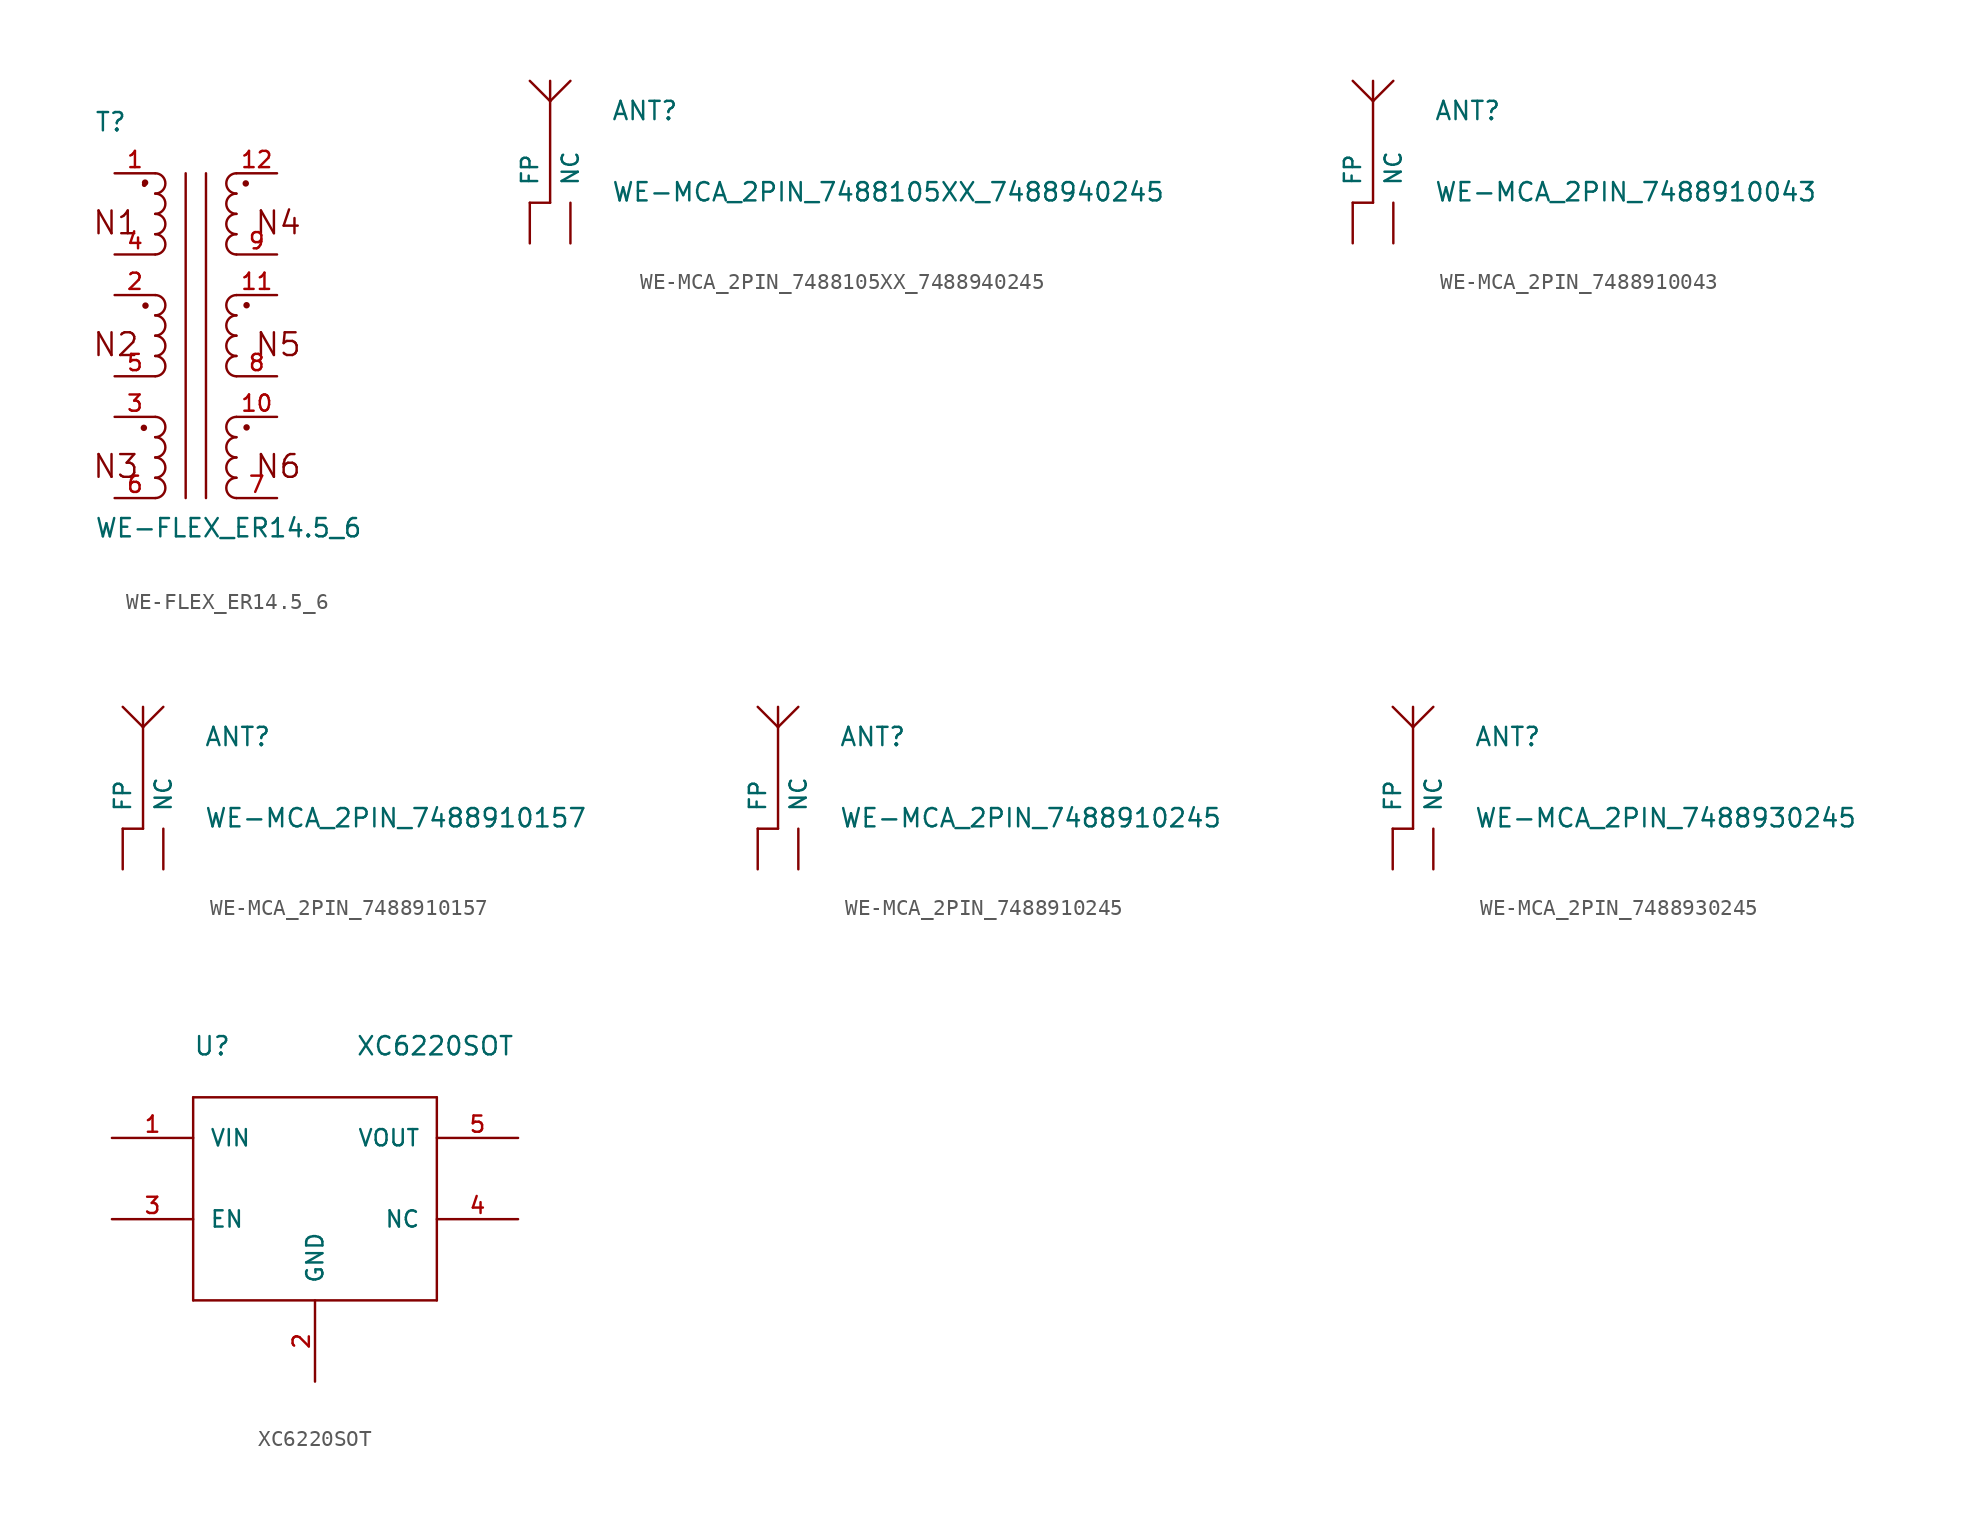
<source format=kicad_sym>
(kicad_symbol_lib
  (version 20220914)
  (generator kicad_symbol_editor)
  (symbol "WE-FLEX_ER14.5_6"
    (pin_names
      (offset 1.016) hide)
    (property "Reference" "T"
      (at -6.35 12.7 0)
      (effects (font (size 1.143 1.143)) (justify left bottom)))
    (property "Value" "WE-FLEX_ER14.5_6"
      (at -6.35 -12.7 0)
      (effects (font (size 1.143 1.143)) (justify left bottom)))
    (property "ki_locked" ""
      (at 0 0 0)
      (effects (font (size 1.27 1.27))))
    (symbol "WE-FLEX_ER14.5_6_1_0"
      (polyline (pts (xy -0.635 10.16) (xy -0.635 -10.16)) (stroke (width 0) (type solid)) (fill (type none)))
      (polyline (pts (xy 0.635 10.16) (xy 0.635 -10.16)) (stroke (width 0) (type solid)) (fill (type none)))
      (text "N1" (at -5.004 7.061 0) (effects (font (size 1.422 1.422))))
      (text "N2" (at -5.004 -0.559 0) (effects (font (size 1.422 1.422))))
      (text "N3" (at -5.004 -8.179 0) (effects (font (size 1.422 1.422))))
      (text "N4" (at 5.156 7.061 0) (effects (font (size 1.422 1.422))))
      (text "N5" (at 5.156 -0.559 0) (effects (font (size 1.422 1.422))))
      (text "N6" (at 5.156 -8.179 0) (effects (font (size 1.422 1.422)))))
    (symbol "WE-FLEX_ER14.5_6_1_1"
      (circle (center -3.251 -5.766) (radius 0.127) (stroke (width 0) (type solid)) (fill (type outline)))
      (circle (center -3.226 9.449) (radius 0.0001) (stroke (width 0) (type solid)) (fill (type none)))
      (circle (center -3.175 9.576) (radius 0.127) (stroke (width 0) (type solid)) (fill (type outline)))
      (circle (center -3.15 1.88) (radius 0.127) (stroke (width 0) (type solid)) (fill (type outline)))
      (arc (start -2.54 -10.16) (mid -1.9077 -9.525) (end -2.54 -8.89) (stroke (width 0) (type solid)) (fill (type none)))
      (arc (start -2.54 -8.89) (mid -1.9077 -8.255) (end -2.54 -7.62) (stroke (width 0) (type solid)) (fill (type none)))
      (arc (start -2.54 -7.62) (mid -1.9077 -6.985) (end -2.54 -6.35) (stroke (width 0) (type solid)) (fill (type none)))
      (arc (start -2.54 -6.35) (mid -1.9077 -5.715) (end -2.54 -5.08) (stroke (width 0) (type solid)) (fill (type none)))
      (arc (start -2.54 -2.54) (mid -1.9077 -1.905) (end -2.54 -1.27) (stroke (width 0) (type solid)) (fill (type none)))
      (arc (start -2.54 -1.27) (mid -1.9077 -0.635) (end -2.54 0) (stroke (width 0) (type solid)) (fill (type none)))
      (arc (start -2.54 0) (mid -1.9077 0.635) (end -2.54 1.27) (stroke (width 0) (type solid)) (fill (type none)))
      (arc (start -2.54 1.27) (mid -1.9077 1.905) (end -2.54 2.54) (stroke (width 0) (type solid)) (fill (type none)))
      (arc (start -2.54 5.08) (mid -1.9077 5.715) (end -2.54 6.35) (stroke (width 0) (type solid)) (fill (type none)))
      (arc (start -2.54 6.35) (mid -1.9077 6.985) (end -2.54 7.62) (stroke (width 0) (type solid)) (fill (type none)))
      (arc (start -2.54 7.62) (mid -1.9077 8.255) (end -2.54 8.89) (stroke (width 0) (type solid)) (fill (type none)))
      (arc (start -2.54 8.89) (mid -1.9077 9.525) (end -2.54 10.16) (stroke (width 0) (type solid)) (fill (type none)))
      (arc (start 2.54 -8.89) (mid 1.9077 -9.525) (end 2.54 -10.16) (stroke (width 0) (type solid)) (fill (type none)))
      (arc (start 2.54 -7.62) (mid 1.9077 -8.255) (end 2.54 -8.89) (stroke (width 0) (type solid)) (fill (type none)))
      (arc (start 2.54 -6.35) (mid 1.9077 -6.985) (end 2.54 -7.62) (stroke (width 0) (type solid)) (fill (type none)))
      (arc (start 2.54 -5.08) (mid 1.9077 -5.715) (end 2.54 -6.35) (stroke (width 0) (type solid)) (fill (type none)))
      (arc (start 2.54 -1.27) (mid 1.9077 -1.905) (end 2.54 -2.54) (stroke (width 0) (type solid)) (fill (type none)))
      (arc (start 2.54 0) (mid 1.9077 -0.635) (end 2.54 -1.27) (stroke (width 0) (type solid)) (fill (type none)))
      (arc (start 2.54 1.27) (mid 1.9077 0.635) (end 2.54 0) (stroke (width 0) (type solid)) (fill (type none)))
      (arc (start 2.54 2.54) (mid 1.9077 1.905) (end 2.54 1.27) (stroke (width 0) (type solid)) (fill (type none)))
      (arc (start 2.54 6.35) (mid 1.9077 5.715) (end 2.54 5.08) (stroke (width 0) (type solid)) (fill (type none)))
      (arc (start 2.54 7.62) (mid 1.9077 6.985) (end 2.54 6.35) (stroke (width 0) (type solid)) (fill (type none)))
      (arc (start 2.54 8.89) (mid 1.9077 8.255) (end 2.54 7.62) (stroke (width 0) (type solid)) (fill (type none)))
      (arc (start 2.54 10.16) (mid 1.9077 9.525) (end 2.54 8.89) (stroke (width 0) (type solid)) (fill (type none)))
      (circle (center 3.124 9.525) (radius 0.127) (stroke (width 0) (type solid)) (fill (type outline)))
      (circle (center 3.175 -5.74) (radius 0.127) (stroke (width 0) (type solid)) (fill (type outline)))
      (circle (center 3.175 1.905) (radius 0.127) (stroke (width 0) (type solid)) (fill (type outline)))
      (pin passive line (at -5.08 10.16 0) (length 2.54) (name "1" (effects (font (size 1.016 1.016)))) (number "1" (effects (font (size 1.016 1.016)))))
      (pin passive line (at 5.08 -5.08 180) (length 2.54) (name "6" (effects (font (size 1.016 1.016)))) (number "10" (effects (font (size 1.016 1.016)))))
      (pin passive line (at 5.08 2.54 180) (length 2.54) (name "4" (effects (font (size 1.016 1.016)))) (number "11" (effects (font (size 1.016 1.016)))))
      (pin passive line (at 5.08 10.16 180) (length 2.54) (name "2" (effects (font (size 1.016 1.016)))) (number "12" (effects (font (size 1.016 1.016)))))
      (pin passive line (at -5.08 2.54 0) (length 2.54) (name "11" (effects (font (size 1.016 1.016)))) (number "2" (effects (font (size 1.016 1.016)))))
      (pin passive line (at -5.08 -5.08 0) (length 2.54) (name "9" (effects (font (size 1.016 1.016)))) (number "3" (effects (font (size 1.016 1.016)))))
      (pin passive line (at -5.08 5.08 0) (length 2.54) (name "12" (effects (font (size 1.016 1.016)))) (number "4" (effects (font (size 1.016 1.016)))))
      (pin passive line (at -5.08 -2.54 0) (length 2.54) (name "10" (effects (font (size 1.016 1.016)))) (number "5" (effects (font (size 1.016 1.016)))))
      (pin passive line (at -5.08 -10.16 0) (length 2.54) (name "8" (effects (font (size 1.016 1.016)))) (number "6" (effects (font (size 1.016 1.016)))))
      (pin passive line (at 5.08 -10.16 180) (length 2.54) (name "7" (effects (font (size 1.016 1.016)))) (number "7" (effects (font (size 1.016 1.016)))))
      (pin passive line (at 5.08 -2.54 180) (length 2.54) (name "5" (effects (font (size 1.016 1.016)))) (number "8" (effects (font (size 1.016 1.016)))))
      (pin passive line (at 5.08 5.08 180) (length 2.54) (name "3" (effects (font (size 1.016 1.016)))) (number "9" (effects (font (size 1.016 1.016)))))))
  (symbol "WE-MCA_2PIN_7488105XX_7488940245"
    (pin_numbers hide)
    (pin_names
      (offset 1.016))
    (property "Reference" "ANT"
      (at 5.08 5.08 0)
      (effects (font (size 1.143 1.143)) (justify left bottom)))
    (property "Value" "WE-MCA_2PIN_7488105XX_7488940245"
      (at 5.08 0 0)
      (effects (font (size 1.143 1.143)) (justify left bottom)))
    (property "ki_locked" ""
      (at 0 0 0)
      (effects (font (size 1.27 1.27))))
    (symbol "WE-MCA_2PIN_7488105XX_7488940245_1_0"
      (polyline (pts (xy 0 0) (xy 1.27 0)) (stroke (width 0) (type solid)) (fill (type none)))
      (polyline (pts (xy 1.27 0) (xy 1.27 6.35)) (stroke (width 0) (type solid)) (fill (type none)))
      (polyline (pts (xy 1.27 6.35) (xy 0 7.62)) (stroke (width 0) (type solid)) (fill (type none)))
      (polyline (pts (xy 1.27 6.35) (xy 1.27 7.62)) (stroke (width 0) (type solid)) (fill (type none)))
      (polyline (pts (xy 1.27 6.35) (xy 2.54 7.62)) (stroke (width 0) (type solid)) (fill (type none))))
    (symbol "WE-MCA_2PIN_7488105XX_7488940245_1_1"
      (pin passive line (at 0 -2.54 90) (length 2.54) (name "FP" (effects (font (size 1.016 1.016)))) (number "1" (effects (font (size 1.016 1.016)))))
      (pin passive line (at 2.54 -2.54 90) (length 2.54) (name "NC" (effects (font (size 1.016 1.016)))) (number "2" (effects (font (size 1.016 1.016)))))))
  (symbol "WE-MCA_2PIN_7488910043"
    (pin_numbers hide)
    (pin_names
      (offset 1.016))
    (property "Reference" "ANT"
      (at 5.08 5.08 0)
      (effects (font (size 1.143 1.143)) (justify left bottom)))
    (property "Value" "WE-MCA_2PIN_7488910043"
      (at 5.08 0 0)
      (effects (font (size 1.143 1.143)) (justify left bottom)))
    (property "ki_locked" ""
      (at 0 0 0)
      (effects (font (size 1.27 1.27))))
    (symbol "WE-MCA_2PIN_7488910043_1_0"
      (polyline (pts (xy 0 0) (xy 1.27 0)) (stroke (width 0) (type solid)) (fill (type none)))
      (polyline (pts (xy 1.27 0) (xy 1.27 6.35)) (stroke (width 0) (type solid)) (fill (type none)))
      (polyline (pts (xy 1.27 6.35) (xy 0 7.62)) (stroke (width 0) (type solid)) (fill (type none)))
      (polyline (pts (xy 1.27 6.35) (xy 1.27 7.62)) (stroke (width 0) (type solid)) (fill (type none)))
      (polyline (pts (xy 1.27 6.35) (xy 2.54 7.62)) (stroke (width 0) (type solid)) (fill (type none))))
    (symbol "WE-MCA_2PIN_7488910043_1_1"
      (pin passive line (at 0 -2.54 90) (length 2.54) (name "FP" (effects (font (size 1.016 1.016)))) (number "1" (effects (font (size 1.016 1.016)))))
      (pin passive line (at 2.54 -2.54 90) (length 2.54) (name "NC" (effects (font (size 1.016 1.016)))) (number "2" (effects (font (size 1.016 1.016)))))))
  (symbol "WE-MCA_2PIN_7488910157"
    (pin_numbers hide)
    (pin_names
      (offset 1.016))
    (property "Reference" "ANT"
      (at 5.08 5.08 0)
      (effects (font (size 1.143 1.143)) (justify left bottom)))
    (property "Value" "WE-MCA_2PIN_7488910157"
      (at 5.08 0 0)
      (effects (font (size 1.143 1.143)) (justify left bottom)))
    (property "ki_locked" ""
      (at 0 0 0)
      (effects (font (size 1.27 1.27))))
    (symbol "WE-MCA_2PIN_7488910157_1_0"
      (polyline (pts (xy 0 0) (xy 1.27 0)) (stroke (width 0) (type solid)) (fill (type none)))
      (polyline (pts (xy 1.27 0) (xy 1.27 6.35)) (stroke (width 0) (type solid)) (fill (type none)))
      (polyline (pts (xy 1.27 6.35) (xy 0 7.62)) (stroke (width 0) (type solid)) (fill (type none)))
      (polyline (pts (xy 1.27 6.35) (xy 1.27 7.62)) (stroke (width 0) (type solid)) (fill (type none)))
      (polyline (pts (xy 1.27 6.35) (xy 2.54 7.62)) (stroke (width 0) (type solid)) (fill (type none))))
    (symbol "WE-MCA_2PIN_7488910157_1_1"
      (pin passive line (at 0 -2.54 90) (length 2.54) (name "FP" (effects (font (size 1.016 1.016)))) (number "1" (effects (font (size 1.016 1.016)))))
      (pin passive line (at 2.54 -2.54 90) (length 2.54) (name "NC" (effects (font (size 1.016 1.016)))) (number "2" (effects (font (size 1.016 1.016)))))))
  (symbol "WE-MCA_2PIN_7488910245"
    (pin_numbers hide)
    (pin_names
      (offset 1.016))
    (property "Reference" "ANT"
      (at 5.08 5.08 0)
      (effects (font (size 1.143 1.143)) (justify left bottom)))
    (property "Value" "WE-MCA_2PIN_7488910245"
      (at 5.08 0 0)
      (effects (font (size 1.143 1.143)) (justify left bottom)))
    (property "ki_locked" ""
      (at 0 0 0)
      (effects (font (size 1.27 1.27))))
    (symbol "WE-MCA_2PIN_7488910245_1_0"
      (polyline (pts (xy 0 0) (xy 1.27 0)) (stroke (width 0) (type solid)) (fill (type none)))
      (polyline (pts (xy 1.27 0) (xy 1.27 6.35)) (stroke (width 0) (type solid)) (fill (type none)))
      (polyline (pts (xy 1.27 6.35) (xy 0 7.62)) (stroke (width 0) (type solid)) (fill (type none)))
      (polyline (pts (xy 1.27 6.35) (xy 1.27 7.62)) (stroke (width 0) (type solid)) (fill (type none)))
      (polyline (pts (xy 1.27 6.35) (xy 2.54 7.62)) (stroke (width 0) (type solid)) (fill (type none))))
    (symbol "WE-MCA_2PIN_7488910245_1_1"
      (pin passive line (at 2.54 -2.54 90) (length 2.54) (name "NC" (effects (font (size 1.016 1.016)))) (number "1" (effects (font (size 1.016 1.016)))))
      (pin passive line (at 0 -2.54 90) (length 2.54) (name "FP" (effects (font (size 1.016 1.016)))) (number "2" (effects (font (size 1.016 1.016)))))))
  (symbol "WE-MCA_2PIN_7488930245"
    (pin_numbers hide)
    (pin_names
      (offset 1.016))
    (property "Reference" "ANT"
      (at 5.08 5.08 0)
      (effects (font (size 1.143 1.143)) (justify left bottom)))
    (property "Value" "WE-MCA_2PIN_7488930245"
      (at 5.08 0 0)
      (effects (font (size 1.143 1.143)) (justify left bottom)))
    (property "ki_locked" ""
      (at 0 0 0)
      (effects (font (size 1.27 1.27))))
    (symbol "WE-MCA_2PIN_7488930245_1_0"
      (polyline (pts (xy 0 0) (xy 1.27 0)) (stroke (width 0) (type solid)) (fill (type none)))
      (polyline (pts (xy 1.27 0) (xy 1.27 6.35)) (stroke (width 0) (type solid)) (fill (type none)))
      (polyline (pts (xy 1.27 6.35) (xy 0 7.62)) (stroke (width 0) (type solid)) (fill (type none)))
      (polyline (pts (xy 1.27 6.35) (xy 1.27 7.62)) (stroke (width 0) (type solid)) (fill (type none)))
      (polyline (pts (xy 1.27 6.35) (xy 2.54 7.62)) (stroke (width 0) (type solid)) (fill (type none))))
    (symbol "WE-MCA_2PIN_7488930245_1_1"
      (pin passive line (at 0 -2.54 90) (length 2.54) (name "FP" (effects (font (size 1.016 1.016)))) (number "1" (effects (font (size 1.016 1.016)))))
      (pin passive line (at 2.54 -2.54 90) (length 2.54) (name "NC" (effects (font (size 1.016 1.016)))) (number "2" (effects (font (size 1.016 1.016)))))))
  (symbol "XC6220SOT"
    (pin_names
      (offset 1.016))
    (property "Reference" "U"
      (at -7.62 10.16 0)
      (effects (font (size 1.143 1.143)) (justify left bottom)))
    (property "Value" "XC6220SOT"
      (at 2.54 10.16 0)
      (effects (font (size 1.143 1.143)) (justify left bottom)))
    (property "ki_locked" ""
      (at 0 0 0)
      (effects (font (size 1.27 1.27))))
    (symbol "XC6220SOT_1_0"
      (polyline (pts (xy -7.62 -5.08) (xy 7.62 -5.08)) (stroke (width 0) (type solid)) (fill (type none)))
      (polyline (pts (xy -7.62 7.62) (xy -7.62 -5.08)) (stroke (width 0) (type solid)) (fill (type none)))
      (polyline (pts (xy 7.62 -5.08) (xy 7.62 7.62)) (stroke (width 0) (type solid)) (fill (type none)))
      (polyline (pts (xy 7.62 7.62) (xy -7.62 7.62)) (stroke (width 0) (type solid)) (fill (type none))))
    (symbol "XC6220SOT_1_1"
      (pin power_in line (at -12.7 5.08 0) (length 5.08) (name "VIN" (effects (font (size 1.016 1.016)))) (number "1" (effects (font (size 1.016 1.016)))))
      (pin power_in line (at 0 -10.16 90) (length 5.08) (name "GND" (effects (font (size 1.016 1.016)))) (number "2" (effects (font (size 1.016 1.016)))))
      (pin input line (at -12.7 0 0) (length 5.08) (name "EN" (effects (font (size 1.016 1.016)))) (number "3" (effects (font (size 1.016 1.016)))))
      (pin unspecified line (at 12.7 0 180) (length 5.08) (name "NC" (effects (font (size 1.016 1.016)))) (number "4" (effects (font (size 1.016 1.016)))))
      (pin power_in line (at 12.7 5.08 180) (length 5.08) (name "VOUT" (effects (font (size 1.016 1.016)))) (number "5" (effects (font (size 1.016 1.016))))))))
</source>
